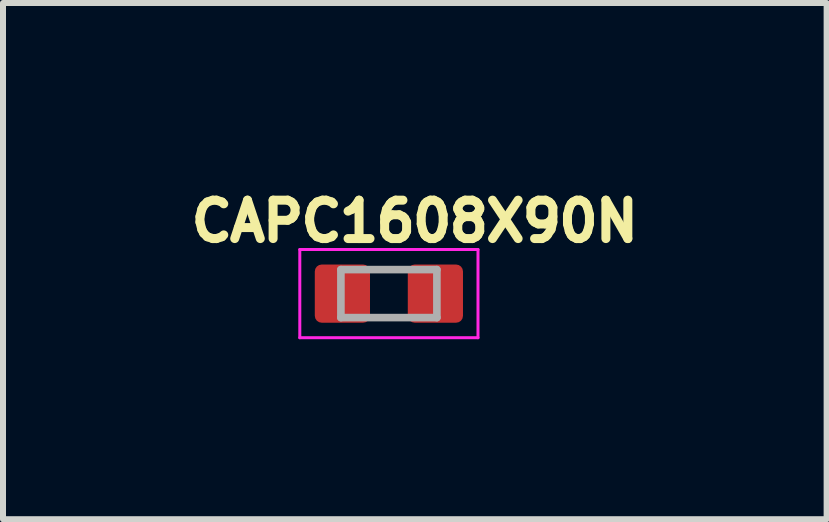
<source format=kicad_pcb>
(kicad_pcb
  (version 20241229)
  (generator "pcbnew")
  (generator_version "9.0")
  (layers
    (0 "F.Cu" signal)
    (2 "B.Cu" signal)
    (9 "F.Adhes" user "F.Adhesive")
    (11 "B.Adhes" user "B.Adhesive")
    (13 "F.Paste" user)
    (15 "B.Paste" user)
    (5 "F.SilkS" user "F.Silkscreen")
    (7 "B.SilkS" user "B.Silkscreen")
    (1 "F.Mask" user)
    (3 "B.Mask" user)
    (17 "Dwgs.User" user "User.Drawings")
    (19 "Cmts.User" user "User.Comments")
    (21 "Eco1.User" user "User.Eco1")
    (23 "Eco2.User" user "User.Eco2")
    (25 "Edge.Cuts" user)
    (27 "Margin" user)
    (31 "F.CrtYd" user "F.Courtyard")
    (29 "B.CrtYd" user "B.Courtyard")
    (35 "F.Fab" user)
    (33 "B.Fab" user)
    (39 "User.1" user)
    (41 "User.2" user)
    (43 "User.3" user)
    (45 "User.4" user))
  (footprint "CAPC1608X90N"
    (layer "F.Cu")
    (at 3.432 1.844)
    (property "Reference" "CAPC1608X90N" (at 0.432 -1.206 0) (layer "F.SilkS") (effects (font (size 0.64 0.64) (thickness 0.15))))
    (attr smd)
    (fp_line (start -1.485 -0.735) (end 1.485 -0.735) (stroke (width 0.05) (type solid)) (layer "F.CrtYd"))
    (fp_line (start -1.485 0.735) (end -1.485 -0.735) (stroke (width 0.05) (type solid)) (layer "F.CrtYd"))
    (fp_line (start 1.485 -0.735) (end 1.485 0.735) (stroke (width 0.05) (type solid)) (layer "F.CrtYd"))
    (fp_line (start 1.485 0.735) (end -1.485 0.735) (stroke (width 0.05) (type solid)) (layer "F.CrtYd"))
    (fp_line (start -0.8 -0.4) (end 0.8 -0.4) (stroke (width 0.127) (type solid)) (layer "F.Fab"))
    (fp_line (start -0.8 0.4) (end -0.8 -0.4) (stroke (width 0.127) (type solid)) (layer "F.Fab"))
    (fp_line (start 0.8 -0.4) (end 0.8 0.4) (stroke (width 0.127) (type solid)) (layer "F.Fab"))
    (fp_line (start 0.8 0.4) (end -0.8 0.4) (stroke (width 0.127) (type solid)) (layer "F.Fab"))
    (pad "1" smd roundrect (at -0.775 0) (size 0.92 0.97) (layers "F.Cu" "F.Mask" "F.Paste") (roundrect_rratio 0.125))
    (pad "2" smd roundrect (at 0.775 0) (size 0.92 0.97) (layers "F.Cu" "F.Mask" "F.Paste") (roundrect_rratio 0.125)))
  (gr_rect
    (start -3 -3)
    (end 10.728 5.604)
    (stroke (width 0.1) (type default))
    (fill no)
    (layer "Edge.Cuts")))
</source>
